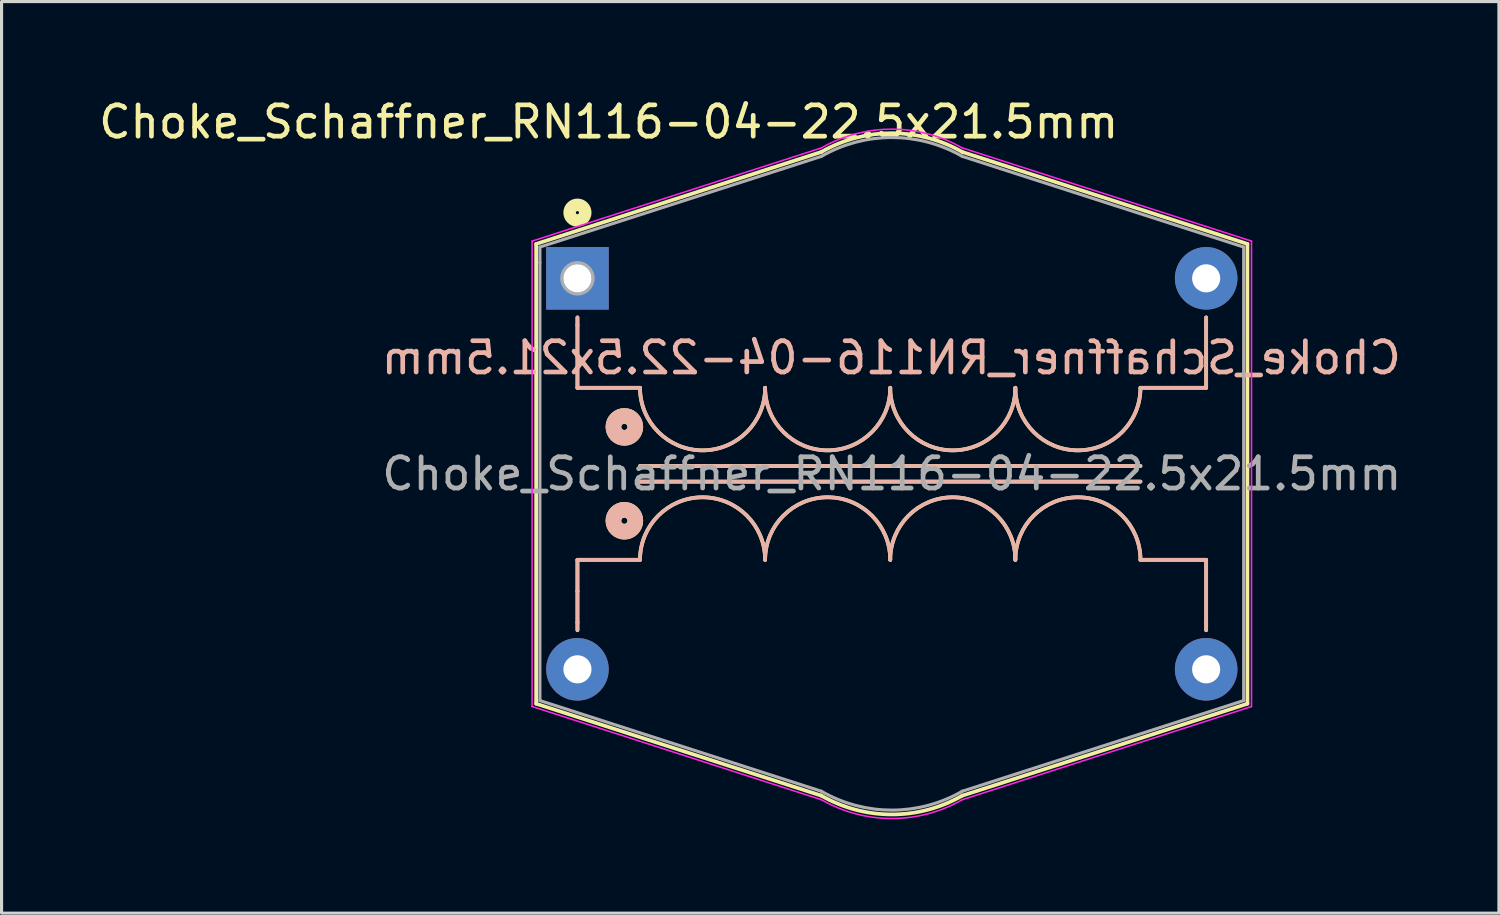
<source format=kicad_pcb>
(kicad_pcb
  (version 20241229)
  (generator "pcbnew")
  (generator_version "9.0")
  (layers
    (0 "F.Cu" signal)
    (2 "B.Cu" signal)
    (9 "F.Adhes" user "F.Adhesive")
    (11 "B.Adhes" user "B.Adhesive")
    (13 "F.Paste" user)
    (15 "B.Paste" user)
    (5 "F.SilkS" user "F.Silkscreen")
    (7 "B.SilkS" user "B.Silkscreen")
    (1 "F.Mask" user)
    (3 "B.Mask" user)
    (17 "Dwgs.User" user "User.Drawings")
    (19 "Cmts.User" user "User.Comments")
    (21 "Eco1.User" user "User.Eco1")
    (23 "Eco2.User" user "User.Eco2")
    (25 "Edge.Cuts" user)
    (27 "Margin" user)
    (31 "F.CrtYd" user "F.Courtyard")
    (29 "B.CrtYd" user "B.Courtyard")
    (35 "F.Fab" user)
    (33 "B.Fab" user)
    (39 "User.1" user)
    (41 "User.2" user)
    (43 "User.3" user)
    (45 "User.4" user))
  (footprint "Choke_Schaffner_RN116-04-22.5x21.5mm"
    (layer "F.Cu")
    (at 15.411 5.848)
    (property "Reference" "Choke_Schaffner_RN116-04-22.5x21.5mm" (at 1 -5 0) (layer "F.SilkS") (effects (font (size 1 1) (thickness 0.15))))
    (fp_line (start -1.32 -1.1) (end 7.8 -4.04) (stroke (width 0.12) (type solid)) (layer "F.SilkS"))
    (fp_line (start -1.32 13.6) (end -1.32 -1.1) (stroke (width 0.12) (type solid)) (layer "F.SilkS"))
    (fp_line (start 0 1.5) (end 0 1.25) (stroke (width 0.12) (type solid)) (layer "F.SilkS"))
    (fp_line (start 0 2.5) (end 0 1.5) (stroke (width 0.12) (type solid)) (layer "F.SilkS"))
    (fp_line (start 0 3.5) (end 0 2.5) (stroke (width 0.12) (type solid)) (layer "F.SilkS"))
    (fp_line (start 0 9) (end 0 10) (stroke (width 0.12) (type solid)) (layer "F.SilkS"))
    (fp_line (start 0 10) (end 0 11) (stroke (width 0.12) (type solid)) (layer "F.SilkS"))
    (fp_line (start 0 11) (end 0 11.25) (stroke (width 0.12) (type solid)) (layer "F.SilkS"))
    (fp_line (start 2 3.5) (end 0 3.5) (stroke (width 0.12) (type solid)) (layer "F.SilkS"))
    (fp_line (start 2 6) (end 18 6) (stroke (width 0.12) (type solid)) (layer "F.SilkS"))
    (fp_line (start 2 9) (end 0 9) (stroke (width 0.12) (type solid)) (layer "F.SilkS"))
    (fp_line (start 7.8 16.54) (end -1.32 13.6) (stroke (width 0.12) (type solid)) (layer "F.SilkS"))
    (fp_line (start 12.3 -4.04) (end 21.42 -1.1) (stroke (width 0.12) (type solid)) (layer "F.SilkS"))
    (fp_line (start 18 3.5) (end 20.1 3.5) (stroke (width 0.12) (type solid)) (layer "F.SilkS"))
    (fp_line (start 18 6.5) (end 2 6.5) (stroke (width 0.12) (type solid)) (layer "F.SilkS"))
    (fp_line (start 20.1 1.5) (end 20.1 1.25) (stroke (width 0.12) (type solid)) (layer "F.SilkS"))
    (fp_line (start 20.1 3.5) (end 20.1 1.5) (stroke (width 0.12) (type solid)) (layer "F.SilkS"))
    (fp_line (start 20.1 9) (end 18 9) (stroke (width 0.12) (type solid)) (layer "F.SilkS"))
    (fp_line (start 20.1 9) (end 20.1 11) (stroke (width 0.12) (type solid)) (layer "F.SilkS"))
    (fp_line (start 20.1 11) (end 20.1 11.25) (stroke (width 0.12) (type solid)) (layer "F.SilkS"))
    (fp_line (start 21.42 -1.1) (end 21.42 13.6) (stroke (width 0.12) (type solid)) (layer "F.SilkS"))
    (fp_line (start 21.42 13.6) (end 12.3 16.54) (stroke (width 0.12) (type solid)) (layer "F.SilkS"))
    (fp_arc (start 2 9) (mid 4 7) (end 6 9) (stroke (width 0.12) (type solid)) (layer "F.SilkS"))
    (fp_arc (start 6 3.5) (mid 4 5.5) (end 2 3.5) (stroke (width 0.12) (type solid)) (layer "F.SilkS"))
    (fp_arc (start 6 9) (mid 8 7) (end 10 9) (stroke (width 0.12) (type solid)) (layer "F.SilkS"))
    (fp_arc (start 7.8 -4.04) (mid 10.061443 -4.63982) (end 12.31982 -4.028557) (stroke (width 0.12) (type solid)) (layer "F.SilkS"))
    (fp_arc (start 10 3.5) (mid 8 5.5) (end 6 3.5) (stroke (width 0.12) (type solid)) (layer "F.SilkS"))
    (fp_arc (start 10 9) (mid 12 7) (end 14 9) (stroke (width 0.12) (type solid)) (layer "F.SilkS"))
    (fp_arc (start 12.3 16.54) (mid 10.038557 17.13982) (end 7.78018 16.528557) (stroke (width 0.12) (type solid)) (layer "F.SilkS"))
    (fp_arc (start 14 3.5) (mid 12 5.5) (end 10 3.5) (stroke (width 0.12) (type solid)) (layer "F.SilkS"))
    (fp_arc (start 14 9) (mid 16 7) (end 18 9) (stroke (width 0.12) (type solid)) (layer "F.SilkS"))
    (fp_arc (start 18 3.5) (mid 16 5.5) (end 14 3.5) (stroke (width 0.12) (type solid)) (layer "F.SilkS"))
    (fp_circle (center 0 -2.1) (end 0.05 -2.1) (stroke (width 0.4) (type solid)) (fill no) (layer "F.SilkS"))
    (fp_circle (center 1.5 4.75) (end 1.6 4.75) (stroke (width 0.5) (type solid)) (fill no) (layer "F.SilkS"))
    (fp_circle (center 1.5 7.75) (end 1.6 7.75) (stroke (width 0.5) (type solid)) (fill no) (layer "F.SilkS"))
    (fp_line (start 0 1.5) (end 0 1.25) (stroke (width 0.12) (type solid)) (layer "B.SilkS"))
    (fp_line (start 0 2.5) (end 0 1.5) (stroke (width 0.12) (type solid)) (layer "B.SilkS"))
    (fp_line (start 0 3.5) (end 0 2.5) (stroke (width 0.12) (type solid)) (layer "B.SilkS"))
    (fp_line (start 0 9) (end 0 10) (stroke (width 0.12) (type solid)) (layer "B.SilkS"))
    (fp_line (start 0 10) (end 0 11) (stroke (width 0.12) (type solid)) (layer "B.SilkS"))
    (fp_line (start 0 11) (end 0 11.25) (stroke (width 0.12) (type solid)) (layer "B.SilkS"))
    (fp_line (start 2 3.5) (end 0 3.5) (stroke (width 0.12) (type solid)) (layer "B.SilkS"))
    (fp_line (start 2 6.5) (end 18 6.5) (stroke (width 0.12) (type solid)) (layer "B.SilkS"))
    (fp_line (start 2 9) (end 0 9) (stroke (width 0.12) (type solid)) (layer "B.SilkS"))
    (fp_line (start 18 6) (end 2 6) (stroke (width 0.12) (type solid)) (layer "B.SilkS"))
    (fp_line (start 18 9) (end 20.1 9) (stroke (width 0.12) (type solid)) (layer "B.SilkS"))
    (fp_line (start 20.1 1.5) (end 20.1 1.25) (stroke (width 0.12) (type solid)) (layer "B.SilkS"))
    (fp_line (start 20.1 3.5) (end 18 3.5) (stroke (width 0.12) (type solid)) (layer "B.SilkS"))
    (fp_line (start 20.1 3.5) (end 20.1 1.5) (stroke (width 0.12) (type solid)) (layer "B.SilkS"))
    (fp_line (start 20.1 9) (end 20.1 11) (stroke (width 0.12) (type solid)) (layer "B.SilkS"))
    (fp_line (start 20.1 11) (end 20.1 11.25) (stroke (width 0.12) (type solid)) (layer "B.SilkS"))
    (fp_arc (start 2 9) (mid 4 7) (end 6 9) (stroke (width 0.12) (type solid)) (layer "B.SilkS"))
    (fp_arc (start 6 3.5) (mid 4 5.5) (end 2 3.5) (stroke (width 0.12) (type solid)) (layer "B.SilkS"))
    (fp_arc (start 6 9) (mid 8 7) (end 10 9) (stroke (width 0.12) (type solid)) (layer "B.SilkS"))
    (fp_arc (start 10 3.5) (mid 8 5.5) (end 6 3.5) (stroke (width 0.12) (type solid)) (layer "B.SilkS"))
    (fp_arc (start 10 9) (mid 12 7) (end 14 9) (stroke (width 0.12) (type solid)) (layer "B.SilkS"))
    (fp_arc (start 14 3.5) (mid 12 5.5) (end 10 3.5) (stroke (width 0.12) (type solid)) (layer "B.SilkS"))
    (fp_arc (start 14 9) (mid 16 7) (end 18 9) (stroke (width 0.12) (type solid)) (layer "B.SilkS"))
    (fp_arc (start 18 3.5) (mid 16 5.5) (end 14 3.5) (stroke (width 0.12) (type solid)) (layer "B.SilkS"))
    (fp_circle (center 1.5 4.75) (end 1.6 4.75) (stroke (width 0.5) (type solid)) (fill no) (layer "B.SilkS"))
    (fp_circle (center 1.5 7.75) (end 1.6 7.75) (stroke (width 0.5) (type solid)) (fill no) (layer "B.SilkS"))
    (fp_line (start -1.45 -1.19) (end 7.8 -4.17) (stroke (width 0.05) (type solid)) (layer "F.CrtYd"))
    (fp_line (start -1.45 13.69) (end -1.45 -1.19) (stroke (width 0.05) (type solid)) (layer "F.CrtYd"))
    (fp_line (start 7.8 16.67) (end -1.45 13.69) (stroke (width 0.05) (type solid)) (layer "F.CrtYd"))
    (fp_line (start 12.3 -4.17) (end 21.55 -1.19) (stroke (width 0.05) (type solid)) (layer "F.CrtYd"))
    (fp_line (start 21.55 -1.19) (end 21.55 13.69) (stroke (width 0.05) (type solid)) (layer "F.CrtYd"))
    (fp_line (start 21.55 13.69) (end 12.3 16.67) (stroke (width 0.05) (type solid)) (layer "F.CrtYd"))
    (fp_arc (start 7.8 -4.17) (mid 10.061443 -4.76982) (end 12.31982 -4.158557) (stroke (width 0.05) (type solid)) (layer "F.CrtYd"))
    (fp_arc (start 12.3 16.67) (mid 10.038557 17.26982) (end 7.78018 16.658557) (stroke (width 0.05) (type solid)) (layer "F.CrtYd"))
    (fp_line (start -1.2 -1) (end 7.8 -3.9) (stroke (width 0.1) (type solid)) (layer "F.Fab"))
    (fp_line (start -1.2 -0.5) (end -1.2 -1) (stroke (width 0.1) (type solid)) (layer "F.Fab"))
    (fp_line (start -1.2 13.5) (end -1.2 -0.5) (stroke (width 0.1) (type solid)) (layer "F.Fab"))
    (fp_line (start 7.8 16.4) (end -1.2 13.5) (stroke (width 0.1) (type solid)) (layer "F.Fab"))
    (fp_line (start 12.3 -3.9) (end 21.3 -1) (stroke (width 0.1) (type solid)) (layer "F.Fab"))
    (fp_line (start 21.3 -1) (end 21.3 13.5) (stroke (width 0.1) (type solid)) (layer "F.Fab"))
    (fp_line (start 21.3 13.5) (end 12.3 16.4) (stroke (width 0.1) (type solid)) (layer "F.Fab"))
    (fp_arc (start 7.8 -3.9) (mid 10.051443 -4.502499) (end 12.302499 -3.898557) (stroke (width 0.1) (type solid)) (layer "F.Fab"))
    (fp_arc (start 12.3 16.4) (mid 10.048557 17.002499) (end 7.797501 16.398557) (stroke (width 0.1) (type solid)) (layer "F.Fab"))
    (fp_circle (center 0 0) (end 0.5 0) (stroke (width 0.1) (type solid)) (fill no) (layer "F.Fab"))
    (fp_text user "${REFERENCE}" (at 10.033 2.54 0) (layer "B.SilkS") (effects (font (size 1 1) (thickness 0.15)) (justify mirror)))
    (fp_text user "${REFERENCE}" (at 10.05 6.25 0) (layer "F.Fab") (effects (font (size 1 1) (thickness 0.15))))
    (pad "1" thru_hole rect (at 0 0) (size 2 2) (drill 0.9) (layers "*.Cu" "*.Mask"))
    (pad "2" thru_hole circle (at 20.1 0) (size 2 2) (drill 0.9) (layers "*.Cu" "*.Mask"))
    (pad "3" thru_hole circle (at 0 12.5) (size 2 2) (drill 0.9) (layers "*.Cu" "*.Mask"))
    (pad "4" thru_hole circle (at 20.1 12.5) (size 2 2) (drill 0.9) (layers "*.Cu" "*.Mask")))
  (gr_rect
    (start -3 -3)
    (end 44.871 26.143)
    (stroke (width 0.1) (type default))
    (fill no)
    (layer "Edge.Cuts")))
</source>
